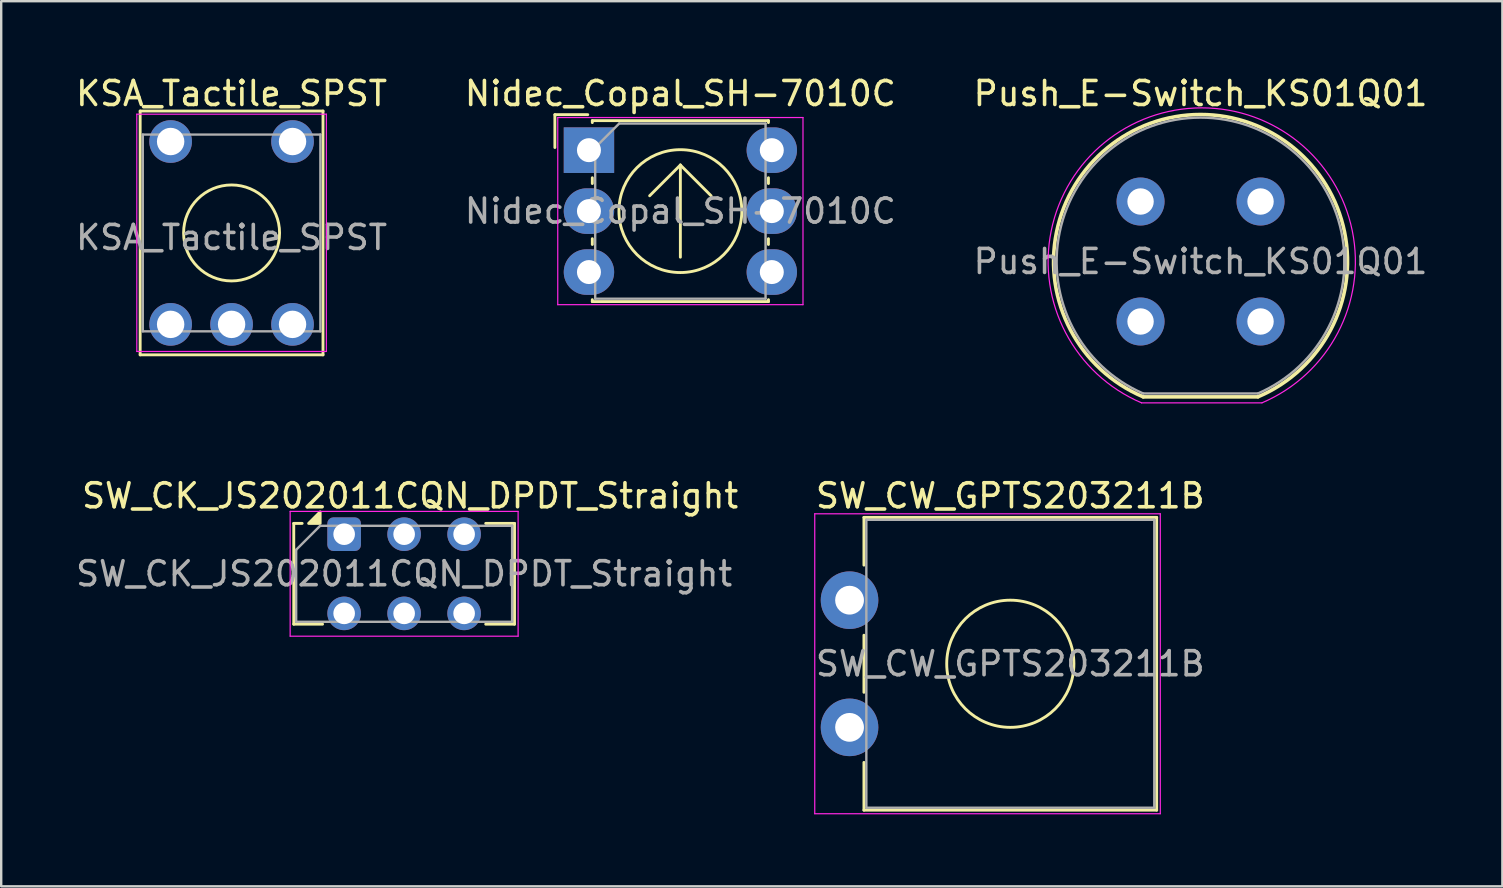
<source format=kicad_pcb>
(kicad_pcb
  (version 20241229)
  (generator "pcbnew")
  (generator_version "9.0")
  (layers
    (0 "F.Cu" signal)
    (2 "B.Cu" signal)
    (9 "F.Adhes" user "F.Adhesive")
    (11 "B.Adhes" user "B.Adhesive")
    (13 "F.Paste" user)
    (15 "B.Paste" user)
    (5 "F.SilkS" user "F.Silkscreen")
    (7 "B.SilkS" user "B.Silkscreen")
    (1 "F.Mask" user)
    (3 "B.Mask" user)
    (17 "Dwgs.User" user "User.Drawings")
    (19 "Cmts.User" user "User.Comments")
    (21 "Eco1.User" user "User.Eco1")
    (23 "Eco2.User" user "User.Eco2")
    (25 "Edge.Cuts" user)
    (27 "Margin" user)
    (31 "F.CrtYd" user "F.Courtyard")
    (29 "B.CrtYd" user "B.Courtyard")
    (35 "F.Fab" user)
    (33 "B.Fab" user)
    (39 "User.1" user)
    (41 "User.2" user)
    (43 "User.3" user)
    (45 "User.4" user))
  (footprint "SW_CW_GPTS203211B"
    (layer "F.Cu")
    (at 32.354 21.962)
    (property "Reference" "SW_CW_GPTS203211B" (at 6.7 -4.35 0) (layer "F.SilkS") (effects (font (size 1 1) (thickness 0.15))))
    (attr through_hole)
    (fp_line (start 0.6 -3.45) (end 12.8 -3.45) (stroke (width 0.12) (type solid)) (layer "F.SilkS"))
    (fp_line (start 0.6 -1.46) (end 0.6 -3.45) (stroke (width 0.12) (type solid)) (layer "F.SilkS"))
    (fp_line (start 0.6 1.46) (end 0.6 3.84) (stroke (width 0.12) (type solid)) (layer "F.SilkS"))
    (fp_line (start 0.6 8.75) (end 0.6 6.76) (stroke (width 0.12) (type solid)) (layer "F.SilkS"))
    (fp_line (start 12.8 -3.45) (end 12.8 8.75) (stroke (width 0.12) (type solid)) (layer "F.SilkS"))
    (fp_line (start 12.8 8.75) (end 0.6 8.75) (stroke (width 0.12) (type solid)) (layer "F.SilkS"))
    (fp_circle (center 6.7 2.65) (end 9.35 2.65) (stroke (width 0.12) (type solid)) (fill no) (layer "F.SilkS"))
    (fp_line (start -1.45 -3.6) (end -1.45 8.9) (stroke (width 0.05) (type solid)) (layer "F.CrtYd"))
    (fp_line (start -1.45 8.9) (end 12.95 8.9) (stroke (width 0.05) (type solid)) (layer "F.CrtYd"))
    (fp_line (start 12.95 -3.6) (end -1.45 -3.6) (stroke (width 0.05) (type solid)) (layer "F.CrtYd"))
    (fp_line (start 12.95 8.9) (end 12.95 -3.6) (stroke (width 0.05) (type solid)) (layer "F.CrtYd"))
    (fp_line (start 0.7 -3.35) (end 0.7 8.65) (stroke (width 0.1) (type solid)) (layer "F.Fab"))
    (fp_line (start 0.7 8.65) (end 12.7 8.65) (stroke (width 0.1) (type solid)) (layer "F.Fab"))
    (fp_line (start 12.7 -3.35) (end 0.7 -3.35) (stroke (width 0.1) (type solid)) (layer "F.Fab"))
    (fp_line (start 12.7 8.65) (end 12.7 -3.35) (stroke (width 0.1) (type solid)) (layer "F.Fab"))
    (fp_text user "${REFERENCE}" (at 6.7 2.65 0) (layer "F.Fab") (effects (font (size 1 1) (thickness 0.15))))
    (pad "1" thru_hole circle (at 0 0) (size 2.4 2.4) (drill 1.2) (layers "*.Cu" "*.Mask"))
    (pad "2" thru_hole circle (at 0 5.3) (size 2.4 2.4) (drill 1.2) (layers "*.Cu" "*.Mask")))
  (footprint "Push_E-Switch_KS01Q01"
    (layer "F.Cu")
    (at 44.482 5.348)
    (property "Reference" "Push_E-Switch_KS01Q01" (at 2.5 -4.5 0) (layer "F.SilkS") (effects (font (size 1 1) (thickness 0.15))))
    (attr through_hole)
    (fp_line (start 4.89 8.14) (end 0.11 8.14) (stroke (width 0.15) (type solid)) (layer "F.SilkS"))
    (fp_arc (start 0.11 8.14) (mid 2.496283 -3.625495) (end 4.896843 8.137095) (stroke (width 0.15) (type solid)) (layer "F.SilkS"))
    (fp_line (start 0.04 8.39) (end 5.06 8.39) (stroke (width 0.05) (type solid)) (layer "F.CrtYd"))
    (fp_arc (start 0.04 8.39) (mid 2.55 -3.902515) (end 5.06 8.39) (stroke (width 0.05) (type solid)) (layer "F.CrtYd"))
    (fp_line (start 0.11 8) (end 4.89 8) (stroke (width 0.1) (type solid)) (layer "F.Fab"))
    (fp_arc (start 0.11 8) (mid 2.498654 -3.496841) (end 4.892469 7.998926) (stroke (width 0.1) (type solid)) (layer "F.Fab"))
    (fp_text user "${REFERENCE}" (at 2.5 2.5 0) (layer "F.Fab") (effects (font (size 1 1) (thickness 0.15))))
    (pad "1" thru_hole circle (at 0 0) (size 2 2) (drill 1.1) (layers "*.Cu" "*.Mask"))
    (pad "2" thru_hole circle (at 5 0) (size 2 2) (drill 1.1) (layers "*.Cu" "*.Mask"))
    (pad "3" thru_hole circle (at 0 5) (size 2 2) (drill 1.1) (layers "*.Cu" "*.Mask"))
    (pad "4" thru_hole circle (at 5 5) (size 2 2) (drill 1.1) (layers "*.Cu" "*.Mask")))
  (footprint "Nidec_Copal_SH-7010C"
    (layer "F.Cu")
    (at 21.494 3.208)
    (property "Reference" "Nidec_Copal_SH-7010C" (at 3.81 -2.36 0) (layer "F.SilkS") (effects (font (size 1 1) (thickness 0.15))))
    (attr through_hole)
    (fp_line (start -1.42 -1.48) (end -0.05 -1.48) (stroke (width 0.12) (type solid)) (layer "F.SilkS"))
    (fp_line (start -1.42 -0.11) (end -1.42 -1.48) (stroke (width 0.12) (type solid)) (layer "F.SilkS"))
    (fp_line (start 0.14 -1.23) (end 7.48 -1.23) (stroke (width 0.12) (type solid)) (layer "F.SilkS"))
    (fp_line (start 0.14 -1.15) (end 0.14 -1.23) (stroke (width 0.12) (type solid)) (layer "F.SilkS"))
    (fp_line (start 0.14 1.15) (end 0.14 1.39) (stroke (width 0.12) (type solid)) (layer "F.SilkS"))
    (fp_line (start 0.14 3.69) (end 0.14 3.93) (stroke (width 0.12) (type solid)) (layer "F.SilkS"))
    (fp_line (start 0.14 6.23) (end 0.14 6.31) (stroke (width 0.12) (type solid)) (layer "F.SilkS"))
    (fp_line (start 0.14 6.31) (end 7.48 6.31) (stroke (width 0.12) (type solid)) (layer "F.SilkS"))
    (fp_line (start 2.53 1.9) (end 3.81 0.62) (stroke (width 0.12) (type solid)) (layer "F.SilkS"))
    (fp_line (start 3.81 0.62) (end 3.81 4.46) (stroke (width 0.12) (type solid)) (layer "F.SilkS"))
    (fp_line (start 3.81 0.62) (end 5.09 1.9) (stroke (width 0.12) (type solid)) (layer "F.SilkS"))
    (fp_line (start 7.48 -1.23) (end 7.48 -1.15) (stroke (width 0.12) (type solid)) (layer "F.SilkS"))
    (fp_line (start 7.48 1.15) (end 7.48 1.39) (stroke (width 0.12) (type solid)) (layer "F.SilkS"))
    (fp_line (start 7.48 3.69) (end 7.48 3.93) (stroke (width 0.12) (type solid)) (layer "F.SilkS"))
    (fp_line (start 7.48 6.31) (end 7.48 6.23) (stroke (width 0.12) (type solid)) (layer "F.SilkS"))
    (fp_circle (center 3.81 2.54) (end 6.37 2.54) (stroke (width 0.12) (type solid)) (fill no) (layer "F.SilkS"))
    (fp_line (start -1.3 -1.36) (end -1.3 6.44) (stroke (width 0.05) (type solid)) (layer "F.CrtYd"))
    (fp_line (start -1.3 6.44) (end 8.92 6.44) (stroke (width 0.05) (type solid)) (layer "F.CrtYd"))
    (fp_line (start 8.92 -1.36) (end -1.3 -1.36) (stroke (width 0.05) (type solid)) (layer "F.CrtYd"))
    (fp_line (start 8.92 6.44) (end 8.92 -1.36) (stroke (width 0.05) (type solid)) (layer "F.CrtYd"))
    (fp_line (start 0.26 -0.11) (end 1.26 -1.11) (stroke (width 0.1) (type solid)) (layer "F.Fab"))
    (fp_line (start 0.26 6.19) (end 0.26 -0.11) (stroke (width 0.1) (type solid)) (layer "F.Fab"))
    (fp_line (start 1.26 -1.11) (end 7.36 -1.11) (stroke (width 0.1) (type solid)) (layer "F.Fab"))
    (fp_line (start 7.36 -1.11) (end 7.36 6.19) (stroke (width 0.1) (type solid)) (layer "F.Fab"))
    (fp_line (start 7.36 6.19) (end 0.26 6.19) (stroke (width 0.1) (type solid)) (layer "F.Fab"))
    (fp_text user "${REFERENCE}" (at 3.81 2.54 0) (layer "F.Fab") (effects (font (size 1 1) (thickness 0.15))))
    (pad "1" thru_hole rect (at 0 0) (size 2.1 1.9) (drill 1) (layers "*.Cu" "*.Mask"))
    (pad "2" thru_hole oval (at 7.62 5.08) (size 2.1 1.9) (drill 1) (layers "*.Cu" "*.Mask"))
    (pad "4" thru_hole oval (at 0 5.08) (size 2.1 1.9) (drill 1) (layers "*.Cu" "*.Mask"))
    (pad "8" thru_hole oval (at 7.62 0) (size 2.1 1.9) (drill 1) (layers "*.Cu" "*.Mask"))
    (pad "C" thru_hole oval (at 0 2.54) (size 2.1 1.9) (drill 1) (layers "*.Cu" "*.Mask"))
    (pad "C" thru_hole oval (at 7.62 2.54) (size 2.1 1.9) (drill 1) (layers "*.Cu" "*.Mask")))
  (footprint "KSA_Tactile_SPST"
    (layer "F.Cu")
    (at 4.061 2.848)
    (property "Reference" "KSA_Tactile_SPST" (at 2.54 -2 0) (layer "F.SilkS") (effects (font (size 1 1) (thickness 0.15))))
    (attr through_hole)
    (fp_line (start -1.27 -1.27) (end -1.27 8.89) (stroke (width 0.12) (type solid)) (layer "F.SilkS"))
    (fp_line (start -1.27 -1.27) (end 6.35 -1.27) (stroke (width 0.12) (type solid)) (layer "F.SilkS"))
    (fp_line (start -1.27 8.89) (end 6.35 8.89) (stroke (width 0.12) (type solid)) (layer "F.SilkS"))
    (fp_line (start 6.35 8.89) (end 6.35 -1.27) (stroke (width 0.12) (type solid)) (layer "F.SilkS"))
    (fp_circle (center 2.54 3.81) (end 0.54 3.81) (stroke (width 0.12) (type solid)) (fill no) (layer "F.SilkS"))
    (fp_line (start -1.41 -1.14) (end -1.41 8.75) (stroke (width 0.05) (type solid)) (layer "F.CrtYd"))
    (fp_line (start -1.41 -1.14) (end 6.49 -1.14) (stroke (width 0.05) (type solid)) (layer "F.CrtYd"))
    (fp_line (start 6.49 8.75) (end -1.41 8.75) (stroke (width 0.05) (type solid)) (layer "F.CrtYd"))
    (fp_line (start 6.49 8.75) (end 6.49 -1.14) (stroke (width 0.05) (type solid)) (layer "F.CrtYd"))
    (fp_line (start -1.16 7.91) (end -1.16 -0.29) (stroke (width 0.1) (type solid)) (layer "F.Fab"))
    (fp_line (start -1.16 7.91) (end 6.24 7.91) (stroke (width 0.1) (type solid)) (layer "F.Fab"))
    (fp_line (start 6.24 -0.29) (end -1.16 -0.29) (stroke (width 0.1) (type solid)) (layer "F.Fab"))
    (fp_line (start 6.24 7.91) (end 6.24 -0.29) (stroke (width 0.1) (type solid)) (layer "F.Fab"))
    (fp_text user "${REFERENCE}" (at 2.54 4 0) (layer "F.Fab") (effects (font (size 1 1) (thickness 0.15))))
    (pad "1" thru_hole circle (at 0 0) (size 1.778 1.778) (drill 1.143) (layers "*.Cu" "*.Mask"))
    (pad "2" thru_hole circle (at 5.08 0) (size 1.778 1.778) (drill 1.143) (layers "*.Cu" "*.Mask"))
    (pad "3" thru_hole circle (at 5.08 7.62) (size 1.778 1.778) (drill 1.143) (layers "*.Cu" "*.Mask"))
    (pad "4" thru_hole circle (at 2.54 7.62) (size 1.778 1.778) (drill 1.143) (layers "*.Cu" "*.Mask"))
    (pad "5" thru_hole circle (at 0 7.62) (size 1.778 1.778) (drill 1.143) (layers "*.Cu" "*.Mask")))
  (footprint "SW_CK_JS202011CQN_DPDT_Straight"
    (layer "F.Cu")
    (at 11.292 19.212)
    (property "Reference" "SW_CK_JS202011CQN_DPDT_Straight" (at 2.75 -1.6 0) (layer "F.SilkS") (effects (font (size 1 1) (thickness 0.15))))
    (attr through_hole)
    (fp_line (start -2.1 -0.45) (end -2.1 3.75) (stroke (width 0.12) (type solid)) (layer "F.SilkS"))
    (fp_line (start -2.1 3.75) (end -0.9 3.75) (stroke (width 0.12) (type solid)) (layer "F.SilkS"))
    (fp_line (start -1.75 -0.45) (end -2.1 -0.45) (stroke (width 0.12) (type solid)) (layer "F.SilkS"))
    (fp_line (start 5.9 -0.45) (end 7.1 -0.45) (stroke (width 0.12) (type solid)) (layer "F.SilkS"))
    (fp_line (start 7.1 -0.45) (end 7.1 3.75) (stroke (width 0.12) (type solid)) (layer "F.SilkS"))
    (fp_line (start 7.1 3.75) (end 5.9 3.75) (stroke (width 0.12) (type solid)) (layer "F.SilkS"))
    (fp_poly (pts (xy -1 -0.45) (xy -1.48 -0.45) (xy -1 -0.93) (xy -1 -0.45)) (stroke (width 0.12) (type solid)) (fill yes) (layer "F.SilkS"))
    (fp_line (start -2.25 -0.95) (end 7.25 -0.95) (stroke (width 0.05) (type solid)) (layer "F.CrtYd"))
    (fp_line (start -2.25 4.25) (end -2.25 -0.95) (stroke (width 0.05) (type solid)) (layer "F.CrtYd"))
    (fp_line (start 7.25 -0.95) (end 7.25 4.25) (stroke (width 0.05) (type solid)) (layer "F.CrtYd"))
    (fp_line (start 7.25 4.25) (end -2.25 4.25) (stroke (width 0.05) (type solid)) (layer "F.CrtYd"))
    (fp_line (start -2 3.65) (end -2 0.65) (stroke (width 0.1) (type solid)) (layer "F.Fab"))
    (fp_line (start -1 -0.35) (end -2 0.65) (stroke (width 0.1) (type solid)) (layer "F.Fab"))
    (fp_line (start -1 -0.35) (end 7 -0.35) (stroke (width 0.1) (type solid)) (layer "F.Fab"))
    (fp_line (start 7 -0.35) (end 7 3.65) (stroke (width 0.1) (type solid)) (layer "F.Fab"))
    (fp_line (start 7 3.65) (end -2 3.65) (stroke (width 0.1) (type solid)) (layer "F.Fab"))
    (fp_text user "${REFERENCE}" (at 2.5 1.65 0) (layer "F.Fab") (effects (font (size 1 1) (thickness 0.15))))
    (pad "1" thru_hole roundrect (at 0 0) (size 1.4 1.4) (drill 0.9) (layers "*.Cu" "*.Mask") (roundrect_rratio 0.179))
    (pad "2" thru_hole circle (at 2.5 0) (size 1.4 1.4) (drill 0.9) (layers "*.Cu" "*.Mask"))
    (pad "3" thru_hole circle (at 5 0) (size 1.4 1.4) (drill 0.9) (layers "*.Cu" "*.Mask"))
    (pad "4" thru_hole circle (at 5 3.3) (size 1.4 1.4) (drill 0.9) (layers "*.Cu" "*.Mask"))
    (pad "5" thru_hole circle (at 2.5 3.3) (size 1.4 1.4) (drill 0.9) (layers "*.Cu" "*.Mask"))
    (pad "6" thru_hole circle (at 0 3.3) (size 1.4 1.4) (drill 0.9) (layers "*.Cu" "*.Mask")))
  (gr_rect
    (start -3 -3)
    (end 59.56 33.886)
    (stroke (width 0.1) (type default))
    (fill no)
    (layer "Edge.Cuts")))
</source>
